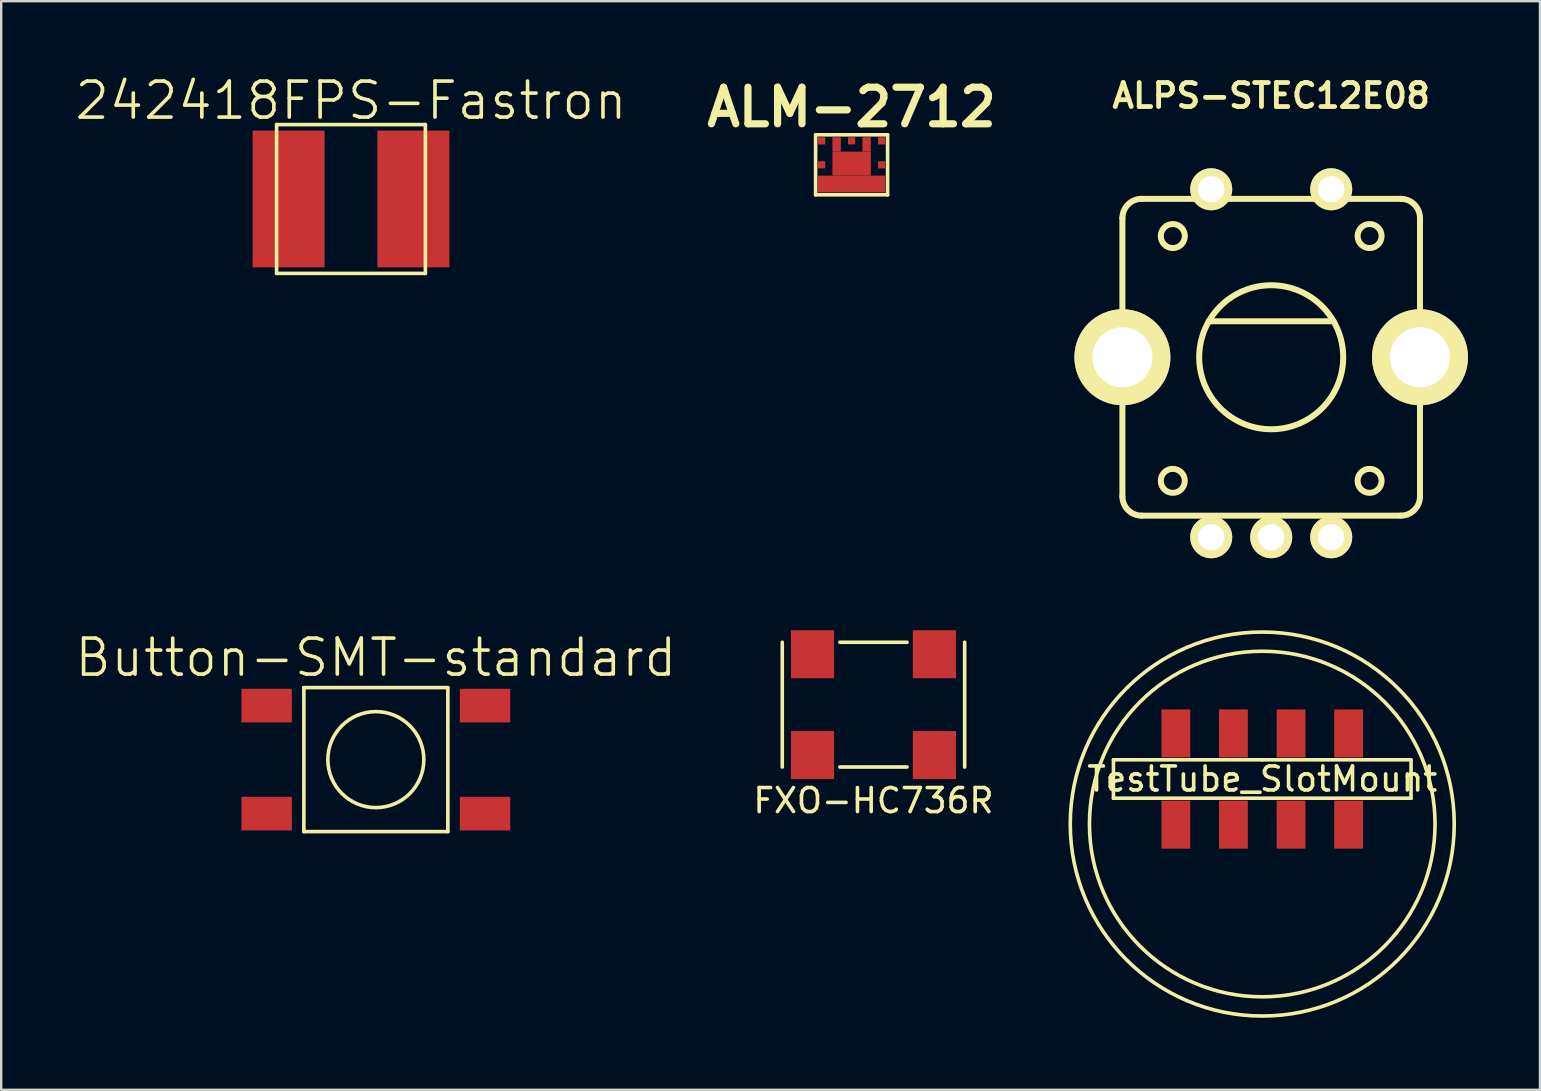
<source format=kicad_pcb>
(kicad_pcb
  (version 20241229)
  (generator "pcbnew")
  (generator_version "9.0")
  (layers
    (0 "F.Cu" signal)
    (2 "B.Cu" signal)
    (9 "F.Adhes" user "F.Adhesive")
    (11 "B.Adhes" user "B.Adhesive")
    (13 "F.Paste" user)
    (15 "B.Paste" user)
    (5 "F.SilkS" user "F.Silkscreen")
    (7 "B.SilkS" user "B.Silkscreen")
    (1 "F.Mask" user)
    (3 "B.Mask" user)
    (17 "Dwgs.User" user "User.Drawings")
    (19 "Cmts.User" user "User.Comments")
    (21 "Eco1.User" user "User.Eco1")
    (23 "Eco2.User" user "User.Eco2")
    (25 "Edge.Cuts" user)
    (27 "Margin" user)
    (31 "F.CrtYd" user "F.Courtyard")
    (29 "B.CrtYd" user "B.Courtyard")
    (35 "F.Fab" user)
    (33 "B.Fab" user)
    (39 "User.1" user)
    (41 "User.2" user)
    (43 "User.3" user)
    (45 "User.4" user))
  (footprint "FXO-HC736R"
    (layer "F.Cu")
    (at 33.346 26.311)
    (property "Reference" "FXO-HC736R" (at 0 4 0) (layer "F.SilkS") (effects (font (size 1 1) (thickness 0.15))))
    (attr through_hole)
    (fp_line (start -3.8 -2.6) (end -3.8 2.6) (stroke (width 0.15) (type solid)) (layer "F.SilkS"))
    (fp_line (start -1.4 2.6) (end 1.4 2.6) (stroke (width 0.15) (type solid)) (layer "F.SilkS"))
    (fp_line (start 1.4 -2.6) (end -1.4 -2.6) (stroke (width 0.15) (type solid)) (layer "F.SilkS"))
    (fp_line (start 3.8 2.6) (end 3.8 -2.6) (stroke (width 0.15) (type solid)) (layer "F.SilkS"))
    (pad "1" smd rect (at -2.54 2.1) (size 1.8 2) (layers "F.Cu" "F.Mask" "F.Paste"))
    (pad "2" smd rect (at 2.54 2.1) (size 1.8 2) (layers "F.Cu" "F.Mask" "F.Paste"))
    (pad "3" smd rect (at 2.54 -2.1) (size 1.8 2) (layers "F.Cu" "F.Mask" "F.Paste"))
    (pad "4" smd rect (at -2.54 -2.1) (size 1.8 2) (layers "F.Cu" "F.Mask" "F.Paste")))
  (footprint "ALPS-STEC12E08"
    (layer "F.Cu")
    (at 49.919 11.836)
    (property "Reference" "ALPS-STEC12E08" (at 0 -10.9 0) (layer "F.SilkS") (effects (font (size 1 1) (thickness 0.2))))
    (attr through_hole)
    (fp_line (start -6.2 5.8) (end -6.2 -5.8) (stroke (width 0.25) (type solid)) (layer "F.SilkS"))
    (fp_line (start -5.4 -6.6) (end 5.4 -6.6) (stroke (width 0.25) (type solid)) (layer "F.SilkS"))
    (fp_line (start -5.4 6.6) (end 5.4 6.6) (stroke (width 0.25) (type solid)) (layer "F.SilkS"))
    (fp_line (start -2.6 -1.5) (end 2.6 -1.5) (stroke (width 0.25) (type solid)) (layer "F.SilkS"))
    (fp_line (start 6.2 -5.8) (end 6.2 5.8) (stroke (width 0.25) (type solid)) (layer "F.SilkS"))
    (fp_arc (start -6.2 -5.8) (mid -5.965685 -6.365685) (end -5.4 -6.6) (stroke (width 0.25) (type solid)) (layer "F.SilkS"))
    (fp_arc (start -5.4 6.6) (mid -5.965685 6.365685) (end -6.2 5.8) (stroke (width 0.25) (type solid)) (layer "F.SilkS"))
    (fp_arc (start 5.4 -6.6) (mid 5.965685 -6.365685) (end 6.2 -5.8) (stroke (width 0.25) (type solid)) (layer "F.SilkS"))
    (fp_arc (start 6.2 5.8) (mid 5.965685 6.365685) (end 5.4 6.6) (stroke (width 0.25) (type solid)) (layer "F.SilkS"))
    (fp_circle (center -4.1 -5.05) (end -3.6 -5.05) (stroke (width 0.25) (type solid)) (fill no) (layer "F.SilkS"))
    (fp_circle (center -4.1 5.15) (end -3.6 5.15) (stroke (width 0.25) (type solid)) (fill no) (layer "F.SilkS"))
    (fp_circle (center 0 0) (end 3 0) (stroke (width 0.25) (type solid)) (fill no) (layer "F.SilkS"))
    (fp_circle (center 4.1 -5.05) (end 4.6 -5.05) (stroke (width 0.25) (type solid)) (fill no) (layer "F.SilkS"))
    (fp_circle (center 4.1 5.15) (end 4.6 5.15) (stroke (width 0.25) (type solid)) (fill no) (layer "F.SilkS"))
    (pad "A" thru_hole circle (at -2.5 7.5) (size 1.75 1.75) (drill 1.1) (layers "*.Cu" "*.Mask" "F.SilkS"))
    (pad "B" thru_hole circle (at 2.5 7.5) (size 1.75 1.75) (drill 1.1) (layers "*.Cu" "*.Mask" "F.SilkS"))
    (pad "C" thru_hole circle (at 0 7.5) (size 1.75 1.75) (drill 1.1) (layers "*.Cu" "*.Mask" "F.SilkS"))
    (pad "SW1" thru_hole circle (at -2.5 -7) (size 1.75 1.75) (drill 1.1) (layers "*.Cu" "*.Mask" "F.SilkS"))
    (pad "SW2" thru_hole circle (at 2.5 -7) (size 1.75 1.75) (drill 1.1) (layers "*.Cu" "*.Mask" "F.SilkS"))
    (pad "body" thru_hole oval (at -6.2 0) (size 4 4) (drill 2.5) (layers "*.Cu" "*.Mask" "F.SilkS"))
    (pad "body" thru_hole oval (at 6.2 0) (size 4 4) (drill 2.5) (layers "*.Cu" "*.Mask" "F.SilkS")))
  (footprint "TestTube_SlotMount"
    (layer "F.Cu")
    (at 49.546 29.411)
    (property "Reference" "TestTube_SlotMount" (at 0 0 0) (layer "F.SilkS") (effects (font (size 1 1) (thickness 0.15))))
    (attr through_hole)
    (fp_line (start -6.2 -0.8) (end 0 -0.8) (stroke (width 0.15) (type solid)) (layer "F.SilkS"))
    (fp_line (start -6.2 0.8) (end -6.2 -0.8) (stroke (width 0.15) (type solid)) (layer "F.SilkS"))
    (fp_line (start 0 -0.8) (end 6.2 -0.8) (stroke (width 0.15) (type solid)) (layer "F.SilkS"))
    (fp_line (start 6.2 -0.8) (end 6.2 0.8) (stroke (width 0.15) (type solid)) (layer "F.SilkS"))
    (fp_line (start 6.2 0.8) (end -6.2 0.8) (stroke (width 0.15) (type solid)) (layer "F.SilkS"))
    (fp_circle (center 0 1.875) (end 7.2 1.875) (stroke (width 0.15) (type solid)) (fill no) (layer "F.SilkS"))
    (fp_circle (center 0 1.875) (end 8 1.875) (stroke (width 0.15) (type solid)) (fill no) (layer "F.SilkS"))
    (pad "1" smd rect (at -3.6 1.9) (size 1.2 2) (layers "F.Cu" "F.Mask" "F.Paste"))
    (pad "2" smd rect (at -1.2 1.9) (size 1.2 2) (layers "F.Cu" "F.Mask" "F.Paste"))
    (pad "3" smd rect (at 1.2 1.9) (size 1.2 2) (layers "F.Cu" "F.Mask" "F.Paste"))
    (pad "4" smd rect (at 3.6 1.9) (size 1.2 2) (layers "F.Cu" "F.Mask" "F.Paste"))
    (pad "5" smd rect (at -3.6 -1.9) (size 1.2 2) (layers "F.Cu" "F.Mask" "F.Paste"))
    (pad "6" smd rect (at -1.2 -1.9) (size 1.2 2) (layers "F.Cu" "F.Mask" "F.Paste"))
    (pad "7" smd rect (at 1.2 -1.9) (size 1.2 2) (layers "F.Cu" "F.Mask" "F.Paste"))
    (pad "8" smd rect (at 3.6 -1.9) (size 1.2 2) (layers "F.Cu" "F.Mask" "F.Paste")))
  (footprint "242418FPS-Fastron"
    (layer "F.Cu")
    (at 11.575 5.241)
    (property "Reference" "242418FPS-Fastron" (at 0 -4.1 0) (layer "F.SilkS") (effects (font (size 1.5 1.5) (thickness 0.15))))
    (attr through_hole)
    (fp_line (start -3.1 -3.1) (end 3.1 -3.1) (stroke (width 0.15) (type solid)) (layer "F.SilkS"))
    (fp_line (start -3.1 3.1) (end -3.1 -3.1) (stroke (width 0.15) (type solid)) (layer "F.SilkS"))
    (fp_line (start 3.1 -3.1) (end 3.1 3.1) (stroke (width 0.15) (type solid)) (layer "F.SilkS"))
    (fp_line (start 3.1 3.1) (end -3.1 3.1) (stroke (width 0.15) (type solid)) (layer "F.SilkS"))
    (pad "1" smd rect (at -2.6 0) (size 3 5.7) (layers "F.Cu" "F.Mask" "F.Paste"))
    (pad "2" smd rect (at 2.6 0) (size 3 5.7) (layers "F.Cu" "F.Mask" "F.Paste")))
  (footprint "Button-SMT-standard"
    (layer "F.Cu")
    (at 12.611 28.602)
    (property "Reference" "Button-SMT-standard" (at 0 -4.25 0) (layer "F.SilkS") (effects (font (size 1.5 1.5) (thickness 0.15))))
    (attr through_hole)
    (fp_line (start -3 -3) (end 3 -3) (stroke (width 0.15) (type solid)) (layer "F.SilkS"))
    (fp_line (start -3 3) (end -3 -3) (stroke (width 0.15) (type solid)) (layer "F.SilkS"))
    (fp_line (start 3 -3) (end 3 3) (stroke (width 0.15) (type solid)) (layer "F.SilkS"))
    (fp_line (start 3 3) (end -3 3) (stroke (width 0.15) (type solid)) (layer "F.SilkS"))
    (fp_circle (center 0 0) (end 2 0) (stroke (width 0.15) (type solid)) (fill no) (layer "F.SilkS"))
    (pad "1" smd rect (at -4.55 2.25) (size 2.1 1.4) (layers "F.Cu" "F.Mask" "F.Paste"))
    (pad "1" smd rect (at 4.55 2.25) (size 2.1 1.4) (layers "F.Cu" "F.Mask" "F.Paste"))
    (pad "2" smd rect (at -4.55 -2.25) (size 2.1 1.4) (layers "F.Cu" "F.Mask" "F.Paste"))
    (pad "2" smd rect (at 4.55 -2.25) (size 2.1 1.4) (layers "F.Cu" "F.Mask" "F.Paste")))
  (footprint "ALM-2712"
    (layer "F.Cu")
    (at 32.435 3.818)
    (property "Reference" "ALM-2712" (at 0 -2.4 0) (layer "F.SilkS") (effects (font (size 1.524 1.524) (thickness 0.3))))
    (attr through_hole)
    (fp_line (start -1.5 -1.25) (end 1.5 -1.25) (stroke (width 0.15) (type solid)) (layer "F.SilkS"))
    (fp_line (start -1.5 1.25) (end -1.5 -1.25) (stroke (width 0.15) (type solid)) (layer "F.SilkS"))
    (fp_line (start 1.5 -1.25) (end 1.5 1.25) (stroke (width 0.15) (type solid)) (layer "F.SilkS"))
    (fp_line (start 1.5 1.25) (end -1.5 1.25) (stroke (width 0.15) (type solid)) (layer "F.SilkS"))
    (pad "1" smd rect (at -1.25 -1) (size 0.3 0.3) (layers "F.Cu" "F.Mask" "F.Paste"))
    (pad "2" smd rect (at -1.25 0) (size 0.3 0.3) (layers "F.Cu" "F.Mask" "F.Paste"))
    (pad "3" smd rect (at 0 -0.05) (size 1.6 1) (layers "F.Cu" "F.Mask" "F.Paste"))
    (pad "3" smd rect (at 0 0.8) (size 2.8 0.7) (layers "F.Cu" "F.Mask" "F.Paste"))
    (pad "8" smd rect (at 1.25 0) (size 0.3 0.3) (layers "F.Cu" "F.Mask" "F.Paste"))
    (pad "9" smd rect (at 1.25 -1) (size 0.3 0.3) (layers "F.Cu" "F.Mask" "F.Paste"))
    (pad "10" smd rect (at 0.625 -0.85) (size 0.35 0.6) (layers "F.Cu" "F.Mask" "F.Paste"))
    (pad "11" smd rect (at 0 -1) (size 0.3 0.3) (layers "F.Cu" "F.Mask" "F.Paste"))
    (pad "12" smd rect (at -0.625 -0.85) (size 0.35 0.6) (layers "F.Cu" "F.Mask" "F.Paste")))
  (gr_rect
    (start -3 -3)
    (end 61.119 42.361)
    (stroke (width 0.1) (type default))
    (fill no)
    (layer "Edge.Cuts")))
</source>
